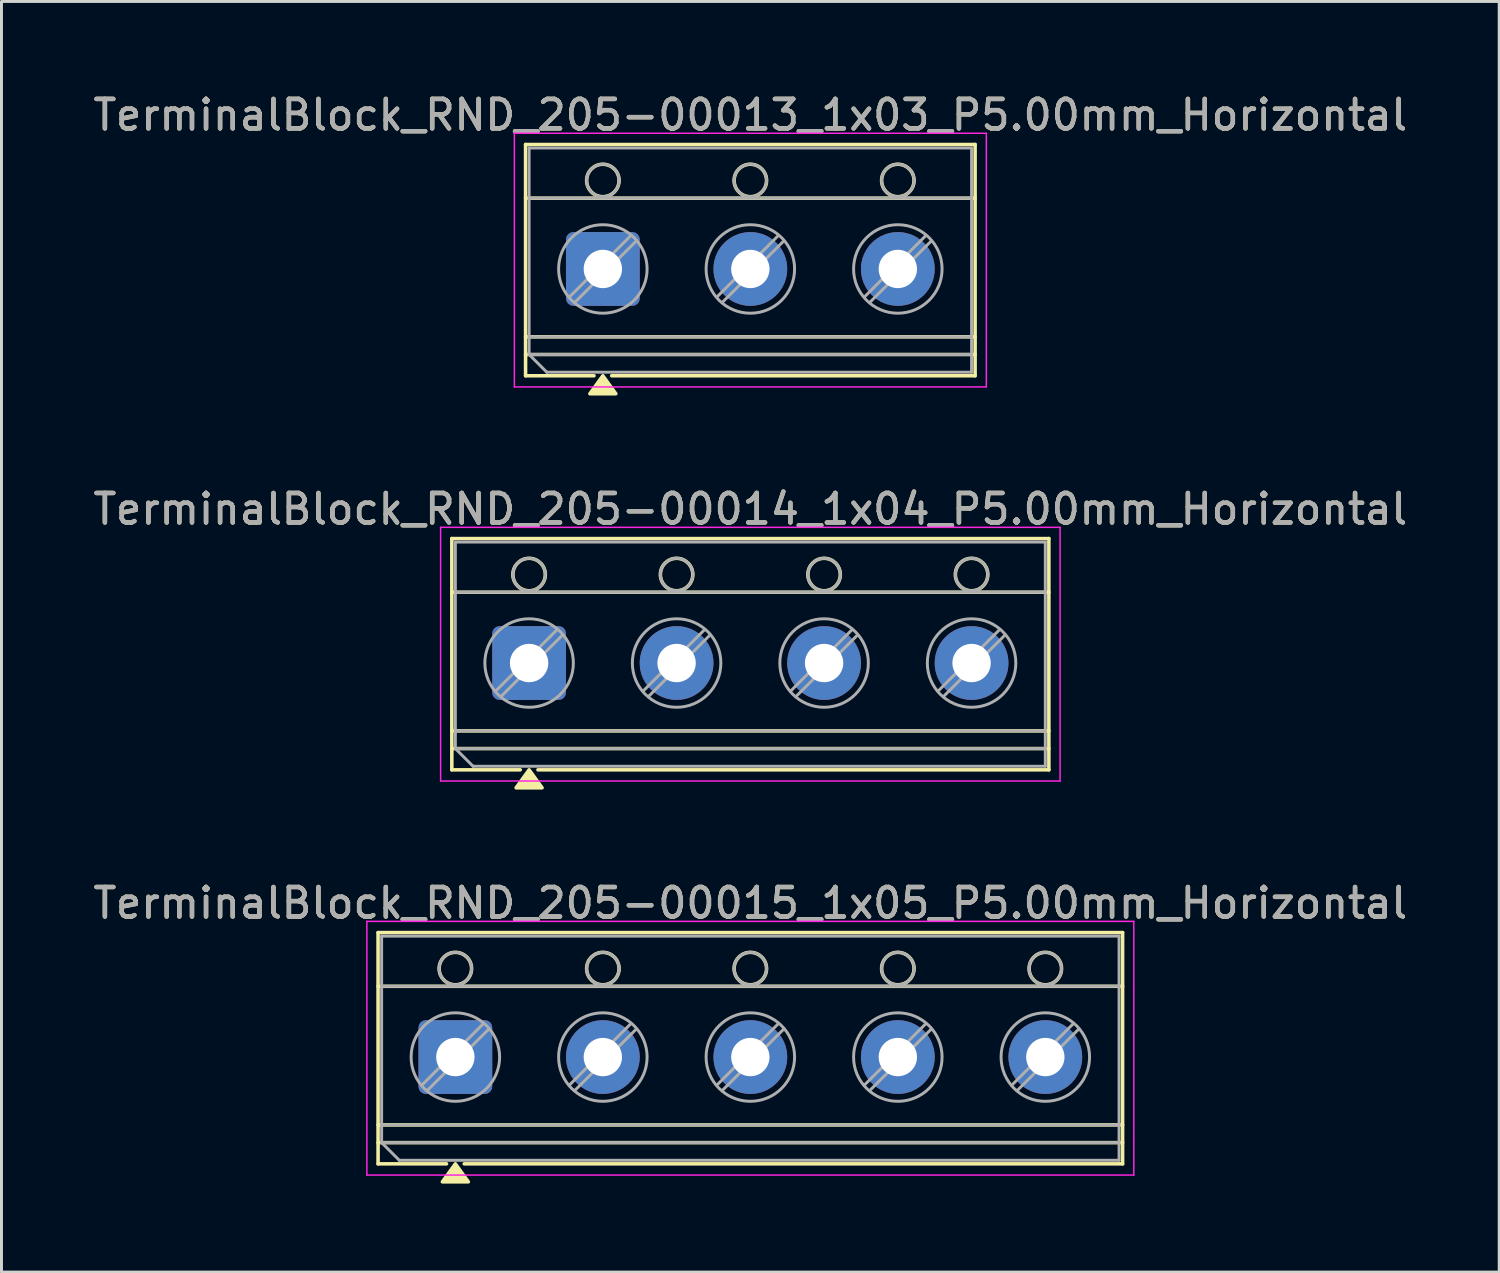
<source format=kicad_pcb>
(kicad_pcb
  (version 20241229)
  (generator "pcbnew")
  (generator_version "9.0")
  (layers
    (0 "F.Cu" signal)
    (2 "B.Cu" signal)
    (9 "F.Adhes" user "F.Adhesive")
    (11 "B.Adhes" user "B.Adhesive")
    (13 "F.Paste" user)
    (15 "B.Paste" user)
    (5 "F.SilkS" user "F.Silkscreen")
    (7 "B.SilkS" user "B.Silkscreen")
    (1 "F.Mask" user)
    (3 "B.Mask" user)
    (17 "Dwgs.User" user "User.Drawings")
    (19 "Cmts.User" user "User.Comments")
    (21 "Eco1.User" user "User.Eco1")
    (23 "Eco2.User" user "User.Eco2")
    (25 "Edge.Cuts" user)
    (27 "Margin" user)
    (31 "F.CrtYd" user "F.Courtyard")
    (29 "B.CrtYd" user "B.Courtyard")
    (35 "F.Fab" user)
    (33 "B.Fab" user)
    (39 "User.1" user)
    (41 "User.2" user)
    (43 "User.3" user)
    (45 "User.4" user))
  (footprint "TerminalBlock_RND_205-00014_1x04_P5.00mm_Horizontal"
    (layer "F.Cu")
    (at 14.887 19.427)
    (property "Reference" "TerminalBlock_RND_205-00014_1x04_P5.00mm_Horizontal" (at 7.5 -5.22 0) (layer "F.SilkS") (effects (font (size 1 1) (thickness 0.15))))
    (attr through_hole)
    (fp_line (start -2.62 -4.22) (end -2.62 3.62) (stroke (width 0.12) (type solid)) (layer "F.SilkS"))
    (fp_line (start -2.62 -4.22) (end 17.62 -4.22) (stroke (width 0.12) (type solid)) (layer "F.SilkS"))
    (fp_line (start -2.62 -2.4) (end 17.62 -2.4) (stroke (width 0.12) (type solid)) (layer "F.SilkS"))
    (fp_line (start -2.62 2.3) (end 17.62 2.3) (stroke (width 0.12) (type solid)) (layer "F.SilkS"))
    (fp_line (start -2.62 2.9) (end 17.62 2.9) (stroke (width 0.12) (type solid)) (layer "F.SilkS"))
    (fp_line (start -2.62 3.62) (end -0.3 3.62) (stroke (width 0.12) (type solid)) (layer "F.SilkS"))
    (fp_line (start 0.3 3.62) (end 17.62 3.62) (stroke (width 0.12) (type solid)) (layer "F.SilkS"))
    (fp_line (start 17.62 -4.22) (end 17.62 3.62) (stroke (width 0.12) (type solid)) (layer "F.SilkS"))
    (fp_circle (center 0 -3) (end 0.55 -3) (stroke (width 0.12) (type solid)) (fill no) (layer "F.SilkS"))
    (fp_circle (center 5 -3) (end 5.55 -3) (stroke (width 0.12) (type solid)) (fill no) (layer "F.SilkS"))
    (fp_circle (center 10 -3) (end 10.55 -3) (stroke (width 0.12) (type solid)) (fill no) (layer "F.SilkS"))
    (fp_circle (center 15 -3) (end 15.55 -3) (stroke (width 0.12) (type solid)) (fill no) (layer "F.SilkS"))
    (fp_poly (pts (xy 0 3.62) (xy 0.44 4.23) (xy -0.44 4.23)) (stroke (width 0.12) (type solid)) (fill yes) (layer "F.SilkS"))
    (fp_line (start -3 -4.6) (end -3 4) (stroke (width 0.05) (type solid)) (layer "F.CrtYd"))
    (fp_line (start -3 4) (end 18 4) (stroke (width 0.05) (type solid)) (layer "F.CrtYd"))
    (fp_line (start 18 -4.6) (end -3 -4.6) (stroke (width 0.05) (type solid)) (layer "F.CrtYd"))
    (fp_line (start 18 4) (end 18 -4.6) (stroke (width 0.05) (type solid)) (layer "F.CrtYd"))
    (fp_line (start -2.5 -4.1) (end 17.5 -4.1) (stroke (width 0.1) (type solid)) (layer "F.Fab"))
    (fp_line (start -2.5 -2.4) (end 17.5 -2.4) (stroke (width 0.1) (type solid)) (layer "F.Fab"))
    (fp_line (start -2.5 2.3) (end 17.5 2.3) (stroke (width 0.1) (type solid)) (layer "F.Fab"))
    (fp_line (start -2.5 2.9) (end -2.5 -4.1) (stroke (width 0.1) (type solid)) (layer "F.Fab"))
    (fp_line (start -2.5 2.9) (end 17.5 2.9) (stroke (width 0.1) (type solid)) (layer "F.Fab"))
    (fp_line (start -1.9 3.5) (end -2.5 2.9) (stroke (width 0.1) (type solid)) (layer "F.Fab"))
    (fp_line (start 0.955 -1.138) (end -1.138 0.954) (stroke (width 0.1) (type solid)) (layer "F.Fab"))
    (fp_line (start 1.138 -0.954) (end -0.955 1.137) (stroke (width 0.1) (type solid)) (layer "F.Fab"))
    (fp_line (start 5.955 -1.138) (end 3.862 0.954) (stroke (width 0.1) (type solid)) (layer "F.Fab"))
    (fp_line (start 6.138 -0.954) (end 4.045 1.137) (stroke (width 0.1) (type solid)) (layer "F.Fab"))
    (fp_line (start 10.955 -1.138) (end 8.862 0.954) (stroke (width 0.1) (type solid)) (layer "F.Fab"))
    (fp_line (start 11.138 -0.954) (end 9.045 1.137) (stroke (width 0.1) (type solid)) (layer "F.Fab"))
    (fp_line (start 15.955 -1.138) (end 13.862 0.954) (stroke (width 0.1) (type solid)) (layer "F.Fab"))
    (fp_line (start 16.138 -0.954) (end 14.045 1.137) (stroke (width 0.1) (type solid)) (layer "F.Fab"))
    (fp_line (start 17.5 -4.1) (end 17.5 3.5) (stroke (width 0.1) (type solid)) (layer "F.Fab"))
    (fp_line (start 17.5 3.5) (end -1.9 3.5) (stroke (width 0.1) (type solid)) (layer "F.Fab"))
    (fp_circle (center 0 -3) (end 0.55 -3) (stroke (width 0.1) (type solid)) (fill no) (layer "F.Fab"))
    (fp_circle (center 0 0) (end 1.5 0) (stroke (width 0.1) (type solid)) (fill no) (layer "F.Fab"))
    (fp_circle (center 5 -3) (end 5.55 -3) (stroke (width 0.1) (type solid)) (fill no) (layer "F.Fab"))
    (fp_circle (center 5 0) (end 6.5 0) (stroke (width 0.1) (type solid)) (fill no) (layer "F.Fab"))
    (fp_circle (center 10 -3) (end 10.55 -3) (stroke (width 0.1) (type solid)) (fill no) (layer "F.Fab"))
    (fp_circle (center 10 0) (end 11.5 0) (stroke (width 0.1) (type solid)) (fill no) (layer "F.Fab"))
    (fp_circle (center 15 -3) (end 15.55 -3) (stroke (width 0.1) (type solid)) (fill no) (layer "F.Fab"))
    (fp_circle (center 15 0) (end 16.5 0) (stroke (width 0.1) (type solid)) (fill no) (layer "F.Fab"))
    (fp_text user "${REFERENCE}" (at 7.5 -5.22 0) (layer "F.Fab") (effects (font (size 1 1) (thickness 0.15))))
    (pad "1" thru_hole roundrect (at 0 0) (size 2.5 2.5) (drill 1.3) (layers "*.Cu" "*.Mask") (roundrect_rratio 0.1))
    (pad "2" thru_hole circle (at 5 0) (size 2.5 2.5) (drill 1.3) (layers "*.Cu" "*.Mask"))
    (pad "3" thru_hole circle (at 10 0) (size 2.5 2.5) (drill 1.3) (layers "*.Cu" "*.Mask"))
    (pad "4" thru_hole circle (at 15 0) (size 2.5 2.5) (drill 1.3) (layers "*.Cu" "*.Mask")))
  (footprint "TerminalBlock_RND_205-00015_1x05_P5.00mm_Horizontal"
    (layer "F.Cu")
    (at 12.387 32.785)
    (property "Reference" "TerminalBlock_RND_205-00015_1x05_P5.00mm_Horizontal" (at 10 -5.22 0) (layer "F.SilkS") (effects (font (size 1 1) (thickness 0.15))))
    (attr through_hole)
    (fp_line (start -2.62 -4.22) (end -2.62 3.62) (stroke (width 0.12) (type solid)) (layer "F.SilkS"))
    (fp_line (start -2.62 -4.22) (end 22.62 -4.22) (stroke (width 0.12) (type solid)) (layer "F.SilkS"))
    (fp_line (start -2.62 -2.4) (end 22.62 -2.4) (stroke (width 0.12) (type solid)) (layer "F.SilkS"))
    (fp_line (start -2.62 2.3) (end 22.62 2.3) (stroke (width 0.12) (type solid)) (layer "F.SilkS"))
    (fp_line (start -2.62 2.9) (end 22.62 2.9) (stroke (width 0.12) (type solid)) (layer "F.SilkS"))
    (fp_line (start -2.62 3.62) (end -0.3 3.62) (stroke (width 0.12) (type solid)) (layer "F.SilkS"))
    (fp_line (start 0.3 3.62) (end 22.62 3.62) (stroke (width 0.12) (type solid)) (layer "F.SilkS"))
    (fp_line (start 22.62 -4.22) (end 22.62 3.62) (stroke (width 0.12) (type solid)) (layer "F.SilkS"))
    (fp_circle (center 0 -3) (end 0.55 -3) (stroke (width 0.12) (type solid)) (fill no) (layer "F.SilkS"))
    (fp_circle (center 5 -3) (end 5.55 -3) (stroke (width 0.12) (type solid)) (fill no) (layer "F.SilkS"))
    (fp_circle (center 10 -3) (end 10.55 -3) (stroke (width 0.12) (type solid)) (fill no) (layer "F.SilkS"))
    (fp_circle (center 15 -3) (end 15.55 -3) (stroke (width 0.12) (type solid)) (fill no) (layer "F.SilkS"))
    (fp_circle (center 20 -3) (end 20.55 -3) (stroke (width 0.12) (type solid)) (fill no) (layer "F.SilkS"))
    (fp_poly (pts (xy 0 3.62) (xy 0.44 4.23) (xy -0.44 4.23)) (stroke (width 0.12) (type solid)) (fill yes) (layer "F.SilkS"))
    (fp_line (start -3 -4.6) (end -3 4) (stroke (width 0.05) (type solid)) (layer "F.CrtYd"))
    (fp_line (start -3 4) (end 23 4) (stroke (width 0.05) (type solid)) (layer "F.CrtYd"))
    (fp_line (start 23 -4.6) (end -3 -4.6) (stroke (width 0.05) (type solid)) (layer "F.CrtYd"))
    (fp_line (start 23 4) (end 23 -4.6) (stroke (width 0.05) (type solid)) (layer "F.CrtYd"))
    (fp_line (start -2.5 -4.1) (end 22.5 -4.1) (stroke (width 0.1) (type solid)) (layer "F.Fab"))
    (fp_line (start -2.5 -2.4) (end 22.5 -2.4) (stroke (width 0.1) (type solid)) (layer "F.Fab"))
    (fp_line (start -2.5 2.3) (end 22.5 2.3) (stroke (width 0.1) (type solid)) (layer "F.Fab"))
    (fp_line (start -2.5 2.9) (end -2.5 -4.1) (stroke (width 0.1) (type solid)) (layer "F.Fab"))
    (fp_line (start -2.5 2.9) (end 22.5 2.9) (stroke (width 0.1) (type solid)) (layer "F.Fab"))
    (fp_line (start -1.9 3.5) (end -2.5 2.9) (stroke (width 0.1) (type solid)) (layer "F.Fab"))
    (fp_line (start 0.955 -1.138) (end -1.138 0.954) (stroke (width 0.1) (type solid)) (layer "F.Fab"))
    (fp_line (start 1.138 -0.954) (end -0.955 1.137) (stroke (width 0.1) (type solid)) (layer "F.Fab"))
    (fp_line (start 5.955 -1.138) (end 3.862 0.954) (stroke (width 0.1) (type solid)) (layer "F.Fab"))
    (fp_line (start 6.138 -0.954) (end 4.045 1.137) (stroke (width 0.1) (type solid)) (layer "F.Fab"))
    (fp_line (start 10.955 -1.138) (end 8.862 0.954) (stroke (width 0.1) (type solid)) (layer "F.Fab"))
    (fp_line (start 11.138 -0.954) (end 9.045 1.137) (stroke (width 0.1) (type solid)) (layer "F.Fab"))
    (fp_line (start 15.955 -1.138) (end 13.862 0.954) (stroke (width 0.1) (type solid)) (layer "F.Fab"))
    (fp_line (start 16.138 -0.954) (end 14.045 1.137) (stroke (width 0.1) (type solid)) (layer "F.Fab"))
    (fp_line (start 20.955 -1.138) (end 18.862 0.954) (stroke (width 0.1) (type solid)) (layer "F.Fab"))
    (fp_line (start 21.138 -0.954) (end 19.045 1.137) (stroke (width 0.1) (type solid)) (layer "F.Fab"))
    (fp_line (start 22.5 -4.1) (end 22.5 3.5) (stroke (width 0.1) (type solid)) (layer "F.Fab"))
    (fp_line (start 22.5 3.5) (end -1.9 3.5) (stroke (width 0.1) (type solid)) (layer "F.Fab"))
    (fp_circle (center 0 -3) (end 0.55 -3) (stroke (width 0.1) (type solid)) (fill no) (layer "F.Fab"))
    (fp_circle (center 0 0) (end 1.5 0) (stroke (width 0.1) (type solid)) (fill no) (layer "F.Fab"))
    (fp_circle (center 5 -3) (end 5.55 -3) (stroke (width 0.1) (type solid)) (fill no) (layer "F.Fab"))
    (fp_circle (center 5 0) (end 6.5 0) (stroke (width 0.1) (type solid)) (fill no) (layer "F.Fab"))
    (fp_circle (center 10 -3) (end 10.55 -3) (stroke (width 0.1) (type solid)) (fill no) (layer "F.Fab"))
    (fp_circle (center 10 0) (end 11.5 0) (stroke (width 0.1) (type solid)) (fill no) (layer "F.Fab"))
    (fp_circle (center 15 -3) (end 15.55 -3) (stroke (width 0.1) (type solid)) (fill no) (layer "F.Fab"))
    (fp_circle (center 15 0) (end 16.5 0) (stroke (width 0.1) (type solid)) (fill no) (layer "F.Fab"))
    (fp_circle (center 20 -3) (end 20.55 -3) (stroke (width 0.1) (type solid)) (fill no) (layer "F.Fab"))
    (fp_circle (center 20 0) (end 21.5 0) (stroke (width 0.1) (type solid)) (fill no) (layer "F.Fab"))
    (fp_text user "${REFERENCE}" (at 10 -5.22 0) (layer "F.Fab") (effects (font (size 1 1) (thickness 0.15))))
    (pad "1" thru_hole roundrect (at 0 0) (size 2.5 2.5) (drill 1.3) (layers "*.Cu" "*.Mask") (roundrect_rratio 0.1))
    (pad "2" thru_hole circle (at 5 0) (size 2.5 2.5) (drill 1.3) (layers "*.Cu" "*.Mask"))
    (pad "3" thru_hole circle (at 10 0) (size 2.5 2.5) (drill 1.3) (layers "*.Cu" "*.Mask"))
    (pad "4" thru_hole circle (at 15 0) (size 2.5 2.5) (drill 1.3) (layers "*.Cu" "*.Mask"))
    (pad "5" thru_hole circle (at 20 0) (size 2.5 2.5) (drill 1.3) (layers "*.Cu" "*.Mask")))
  (footprint "TerminalBlock_RND_205-00013_1x03_P5.00mm_Horizontal"
    (layer "F.Cu")
    (at 17.387 6.068)
    (property "Reference" "TerminalBlock_RND_205-00013_1x03_P5.00mm_Horizontal" (at 5 -5.22 0) (layer "F.SilkS") (effects (font (size 1 1) (thickness 0.15))))
    (attr through_hole)
    (fp_line (start -2.62 -4.22) (end -2.62 3.62) (stroke (width 0.12) (type solid)) (layer "F.SilkS"))
    (fp_line (start -2.62 -4.22) (end 12.62 -4.22) (stroke (width 0.12) (type solid)) (layer "F.SilkS"))
    (fp_line (start -2.62 -2.4) (end 12.62 -2.4) (stroke (width 0.12) (type solid)) (layer "F.SilkS"))
    (fp_line (start -2.62 2.3) (end 12.62 2.3) (stroke (width 0.12) (type solid)) (layer "F.SilkS"))
    (fp_line (start -2.62 2.9) (end 12.62 2.9) (stroke (width 0.12) (type solid)) (layer "F.SilkS"))
    (fp_line (start -2.62 3.62) (end -0.3 3.62) (stroke (width 0.12) (type solid)) (layer "F.SilkS"))
    (fp_line (start 0.3 3.62) (end 12.62 3.62) (stroke (width 0.12) (type solid)) (layer "F.SilkS"))
    (fp_line (start 12.62 -4.22) (end 12.62 3.62) (stroke (width 0.12) (type solid)) (layer "F.SilkS"))
    (fp_circle (center 0 -3) (end 0.55 -3) (stroke (width 0.12) (type solid)) (fill no) (layer "F.SilkS"))
    (fp_circle (center 5 -3) (end 5.55 -3) (stroke (width 0.12) (type solid)) (fill no) (layer "F.SilkS"))
    (fp_circle (center 10 -3) (end 10.55 -3) (stroke (width 0.12) (type solid)) (fill no) (layer "F.SilkS"))
    (fp_poly (pts (xy 0 3.62) (xy 0.44 4.23) (xy -0.44 4.23)) (stroke (width 0.12) (type solid)) (fill yes) (layer "F.SilkS"))
    (fp_line (start -3 -4.6) (end -3 4) (stroke (width 0.05) (type solid)) (layer "F.CrtYd"))
    (fp_line (start -3 4) (end 13 4) (stroke (width 0.05) (type solid)) (layer "F.CrtYd"))
    (fp_line (start 13 -4.6) (end -3 -4.6) (stroke (width 0.05) (type solid)) (layer "F.CrtYd"))
    (fp_line (start 13 4) (end 13 -4.6) (stroke (width 0.05) (type solid)) (layer "F.CrtYd"))
    (fp_line (start -2.5 -4.1) (end 12.5 -4.1) (stroke (width 0.1) (type solid)) (layer "F.Fab"))
    (fp_line (start -2.5 -2.4) (end 12.5 -2.4) (stroke (width 0.1) (type solid)) (layer "F.Fab"))
    (fp_line (start -2.5 2.3) (end 12.5 2.3) (stroke (width 0.1) (type solid)) (layer "F.Fab"))
    (fp_line (start -2.5 2.9) (end -2.5 -4.1) (stroke (width 0.1) (type solid)) (layer "F.Fab"))
    (fp_line (start -2.5 2.9) (end 12.5 2.9) (stroke (width 0.1) (type solid)) (layer "F.Fab"))
    (fp_line (start -1.9 3.5) (end -2.5 2.9) (stroke (width 0.1) (type solid)) (layer "F.Fab"))
    (fp_line (start 0.955 -1.138) (end -1.138 0.954) (stroke (width 0.1) (type solid)) (layer "F.Fab"))
    (fp_line (start 1.138 -0.954) (end -0.955 1.137) (stroke (width 0.1) (type solid)) (layer "F.Fab"))
    (fp_line (start 5.955 -1.138) (end 3.862 0.954) (stroke (width 0.1) (type solid)) (layer "F.Fab"))
    (fp_line (start 6.138 -0.954) (end 4.045 1.137) (stroke (width 0.1) (type solid)) (layer "F.Fab"))
    (fp_line (start 10.955 -1.138) (end 8.862 0.954) (stroke (width 0.1) (type solid)) (layer "F.Fab"))
    (fp_line (start 11.138 -0.954) (end 9.045 1.137) (stroke (width 0.1) (type solid)) (layer "F.Fab"))
    (fp_line (start 12.5 -4.1) (end 12.5 3.5) (stroke (width 0.1) (type solid)) (layer "F.Fab"))
    (fp_line (start 12.5 3.5) (end -1.9 3.5) (stroke (width 0.1) (type solid)) (layer "F.Fab"))
    (fp_circle (center 0 -3) (end 0.55 -3) (stroke (width 0.1) (type solid)) (fill no) (layer "F.Fab"))
    (fp_circle (center 0 0) (end 1.5 0) (stroke (width 0.1) (type solid)) (fill no) (layer "F.Fab"))
    (fp_circle (center 5 -3) (end 5.55 -3) (stroke (width 0.1) (type solid)) (fill no) (layer "F.Fab"))
    (fp_circle (center 5 0) (end 6.5 0) (stroke (width 0.1) (type solid)) (fill no) (layer "F.Fab"))
    (fp_circle (center 10 -3) (end 10.55 -3) (stroke (width 0.1) (type solid)) (fill no) (layer "F.Fab"))
    (fp_circle (center 10 0) (end 11.5 0) (stroke (width 0.1) (type solid)) (fill no) (layer "F.Fab"))
    (fp_text user "${REFERENCE}" (at 5 -5.22 0) (layer "F.Fab") (effects (font (size 1 1) (thickness 0.15))))
    (pad "1" thru_hole roundrect (at 0 0) (size 2.5 2.5) (drill 1.3) (layers "*.Cu" "*.Mask") (roundrect_rratio 0.1))
    (pad "2" thru_hole circle (at 5 0) (size 2.5 2.5) (drill 1.3) (layers "*.Cu" "*.Mask"))
    (pad "3" thru_hole circle (at 10 0) (size 2.5 2.5) (drill 1.3) (layers "*.Cu" "*.Mask")))
  (gr_rect
    (start -3 -3)
    (end 47.774 40.075)
    (stroke (width 0.1) (type default))
    (fill no)
    (layer "Edge.Cuts")))
</source>
